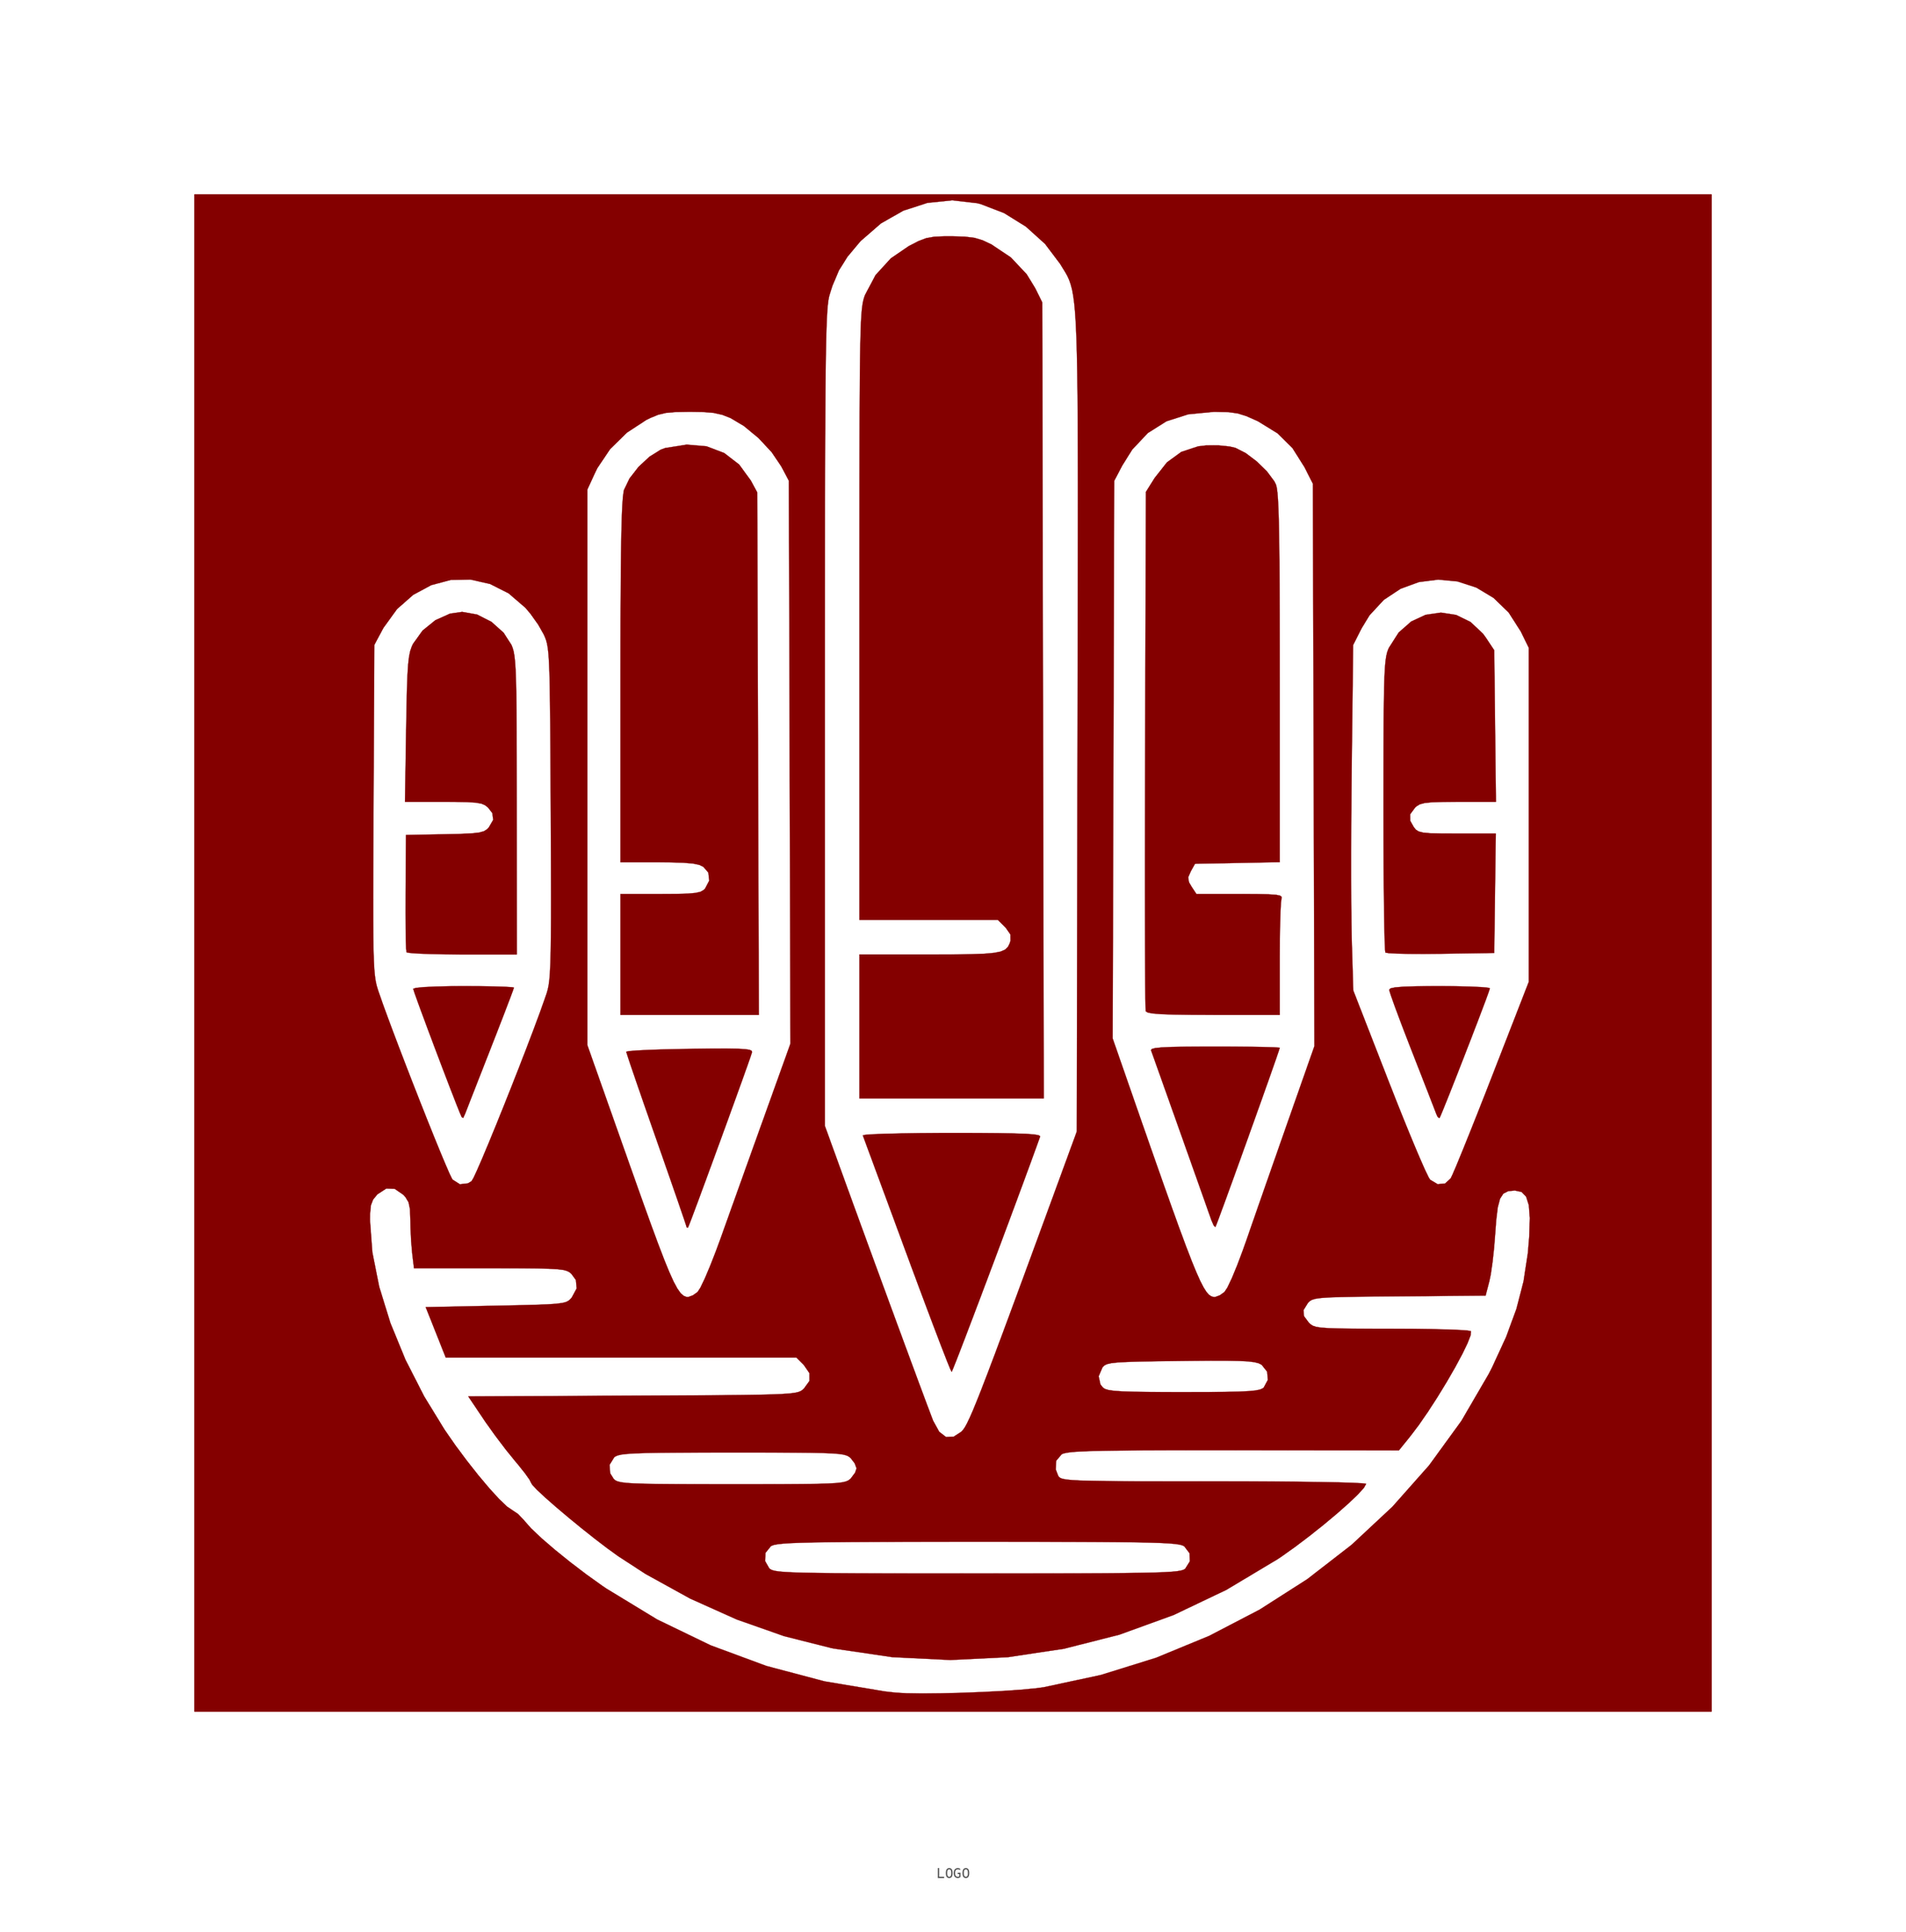
<source format=kicad_sym>
(kicad_symbol_lib
  (version 20220914)
  (generator "bitmap2component")
  (generator_version "9.0")
  (symbol "LOGO"
    (pin_names
      (offset 1.016))
    (property "Reference" "#G"
      (at 0 70.566 0)
      (effects (font (size 1.27 1.27)) hide))
    (symbol "LOGO_0_0"
      (polyline (pts (xy 71.201 0.000100) (xy 71.201 71.201) (xy -0.000100 71.201) (xy -71.201 71.201) (xy -71.201 5.037) (xy -54.42 5.037) (xy -54.415 7.381) (xy -54.404 10.173) (xy -54.389 13.46) (xy -54.313 28.913) (xy -53.593 30.264) (xy -53.444 30.533) (xy -52.182 32.279) (xy -50.666 33.614) (xy -48.965 34.529) (xy -47.15 35.012) (xy -45.289 35.051) (xy -43.453 34.637) (xy -41.71 33.757) (xy -40.132 32.4) (xy -39.667 31.85) (xy -38.944 30.837) (xy -38.414 29.906) (xy -38.303 29.658) (xy -38.196 29.372) (xy -38.106 29.037) (xy -38.031 28.607) (xy -37.969 28.038) (xy -37.92 27.285) (xy -37.88 26.305) (xy -37.849 25.052) (xy -37.824 23.481) (xy -37.804 21.549) (xy -37.786 19.21) (xy -37.77 16.419) (xy -37.754 13.133) (xy -37.743 10.92) (xy -37.732 7.92) (xy -37.727 5.387) (xy -37.729 3.276) (xy -37.74 1.543) (xy -37.76 0.144) (xy -37.79 -0.968) (xy -37.832 -1.835) (xy -37.886 -2.502) (xy -37.953 -3.015) (xy -38.035 -3.418) (xy -38.132 -3.755) (xy -38.315 -4.293) (xy -38.765 -5.556) (xy -39.331 -7.081) (xy -39.926 -8.647) (xy -34.317 -8.647) (xy -34.317 17.429) (xy -34.317 43.504) (xy -33.554 45.155) (xy -33.38 45.51) (xy -32.185 47.287) (xy -30.608 48.839) (xy -28.778 50.034) (xy -28.389 50.225) (xy -27.662 50.522) (xy -26.927 50.693) (xy -26.007 50.773) (xy -24.725 50.794) (xy -23.514 50.777) (xy -22.472 50.692) (xy -21.652 50.512) (xy -20.883 50.211) (xy -19.627 49.464) (xy -18.247 48.324) (xy -17.018 47.003) (xy -16.118 45.671) (xy -15.402 44.315) (xy -15.329 17.906) (xy -15.257 -8.503) (xy -17.661 -15.195) (xy -18.015 -16.179) (xy -18.032 -16.226) (xy -12.025 -16.226) (xy -12.025 22.034) (xy -12.024 24.025) (xy -12.024 29.189) (xy -12.022 33.85) (xy -12.018 38.033) (xy -12.013 41.767) (xy -12.006 45.076) (xy -11.996 47.989) (xy -11.984 50.532) (xy -11.969 52.732) (xy -11.95 54.616) (xy -11.928 56.21) (xy -11.902 57.542) (xy -11.872 58.638) (xy -11.838 59.525) (xy -11.799 60.229) (xy -11.755 60.778) (xy -11.705 61.199) (xy -11.65 61.518) (xy -11.589 61.762) (xy -11.315 62.621) (xy -10.705 64.067) (xy -9.902 65.35) (xy -8.776 66.698) (xy -8.636 66.849) (xy -6.759 68.48) (xy -4.658 69.673) (xy -2.404 70.402) (xy -0.072 70.644) (xy 2.267 70.374) (xy 2.615 70.287) (xy 4.798 69.446) (xy 6.848 68.171) (xy 8.642 66.55) (xy 10.055 64.677) (xy 10.12 64.57) (xy 10.345 64.206) (xy 10.549 63.872) (xy 10.732 63.54) (xy 10.896 63.184) (xy 11.041 62.775) (xy 11.169 62.288) (xy 11.28 61.695) (xy 11.376 60.968) (xy 11.458 60.081) (xy 11.527 59.006) (xy 11.583 57.717) (xy 11.628 56.185) (xy 11.663 54.385) (xy 11.689 52.289) (xy 11.707 49.869) (xy 11.717 47.099) (xy 11.722 43.951) (xy 11.721 40.399) (xy 11.717 36.415) (xy 11.709 31.972) (xy 11.7 27.042) (xy 11.689 21.6) (xy 11.635 -8.017) (xy 14.986 -8.017) (xy 15.059 18.149) (xy 15.132 44.315) (xy 15.891 45.757) (xy 16.825 47.251) (xy 18.286 48.803) (xy 20.033 49.903) (xy 22.083 50.561) (xy 24.454 50.787) (xy 24.685 50.788) (xy 25.848 50.76) (xy 26.726 50.642) (xy 27.539 50.39) (xy 28.507 49.959) (xy 28.659 49.885) (xy 30.459 48.775) (xy 31.865 47.382) (xy 32.991 45.596) (xy 33.776 44.045) (xy 33.849 17.655) (xy 33.879 6.994) (xy 37.371 6.994) (xy 37.371 9.455) (xy 37.38 12.075) (xy 37.398 14.763) (xy 37.424 17.429) (xy 37.559 28.913) (xy 38.357 30.486) (xy 39.1 31.703) (xy 40.439 33.147) (xy 42.008 34.185) (xy 43.733 34.817) (xy 45.543 35.045) (xy 47.363 34.871) (xy 49.121 34.297) (xy 50.742 33.323) (xy 52.155 31.951) (xy 53.286 30.184) (xy 54.042 28.643) (xy 54.042 12.97) (xy 54.042 -2.702) (xy 50.57 -11.619) (xy 49.865 -13.423) (xy 49.084 -15.402) (xy 48.371 -17.187) (xy 47.753 -18.715) (xy 47.254 -19.926) (xy 46.899 -20.756) (xy 46.714 -21.144) (xy 46.193 -21.63) (xy 45.493 -21.699) (xy 44.781 -21.273) (xy 44.639 -21.044) (xy 44.302 -20.345) (xy 43.818 -19.25) (xy 43.213 -17.821) (xy 42.513 -16.12) (xy 41.745 -14.21) (xy 40.935 -12.153) (xy 37.569 -3.513) (xy 37.429 1.216) (xy 37.422 1.467) (xy 37.397 2.909) (xy 37.38 4.782) (xy 37.371 6.994) (xy 33.879 6.994) (xy 33.922 -8.734) (xy 31.467 -15.716) (xy 30.988 -17.08) (xy 30.211 -19.297) (xy 29.428 -21.531) (xy 28.687 -23.651) (xy 28.034 -25.525) (xy 27.514 -27.021) (xy 27.211 -27.875) (xy 26.66 -29.338) (xy 26.162 -30.539) (xy 25.755 -31.394) (xy 25.474 -31.817) (xy 25.04 -32.125) (xy 24.589 -32.29) (xy 24.457 -32.283) (xy 24.243 -32.222) (xy 24.024 -32.073) (xy 23.786 -31.804) (xy 23.518 -31.381) (xy 23.205 -30.773) (xy 22.834 -29.947) (xy 22.393 -28.869) (xy 21.868 -27.509) (xy 21.246 -25.832) (xy 20.515 -23.808) (xy 19.66 -21.402) (xy 18.668 -18.583) (xy 17.527 -15.318) (xy 16.224 -11.574) (xy 14.986 -8.017) (xy 11.635 -8.017) (xy 11.619 -16.753) (xy 9.491 -22.563) (xy 9.279 -23.14) (xy 7.891 -26.926) (xy 6.673 -30.24) (xy 5.612 -33.116) (xy 4.697 -35.584) (xy 3.915 -37.677) (xy 3.253 -39.427) (xy 3.138 -39.725) (xy 13.673 -39.725) (xy 14.029 -38.895) (xy 14.055 -38.86) (xy 14.211 -38.707) (xy 14.453 -38.588) (xy 14.847 -38.497) (xy 15.456 -38.43) (xy 16.346 -38.381) (xy 17.583 -38.345) (xy 19.23 -38.316) (xy 21.352 -38.289) (xy 22.166 -38.28) (xy 24.162 -38.264) (xy 25.706 -38.266) (xy 26.863 -38.287) (xy 27.7 -38.332) (xy 28.281 -38.402) (xy 28.673 -38.502) (xy 28.94 -38.633) (xy 28.975 -38.657) (xy 29.482 -39.292) (xy 29.551 -40.066) (xy 29.164 -40.783) (xy 29.083 -40.85) (xy 28.829 -40.966) (xy 28.409 -41.054) (xy 27.759 -41.119) (xy 26.816 -41.163) (xy 25.52 -41.19) (xy 23.808 -41.204) (xy 21.617 -41.207) (xy 20.49 -41.206) (xy 18.539 -41.198) (xy 17.037 -41.178) (xy 15.92 -41.144) (xy 15.127 -41.09) (xy 14.596 -41.014) (xy 14.264 -40.913) (xy 14.07 -40.783) (xy 13.837 -40.488) (xy 13.673 -39.725) (xy 3.138 -39.725) (xy 2.699 -40.865) (xy 2.24 -42.025) (xy 1.864 -42.938) (xy 1.558 -43.637) (xy 1.31 -44.152) (xy 1.107 -44.517) (xy 0.938 -44.763) (xy 0.789 -44.923) (xy 0.07 -45.393) (xy -0.654 -45.428) (xy -1.292 -44.935) (xy -1.857 -43.91) (xy -2.044 -43.428) (xy -2.398 -42.488) (xy -2.895 -41.158) (xy -3.511 -39.498) (xy -4.225 -37.566) (xy -5.015 -35.424) (xy -5.859 -33.131) (xy -6.734 -30.746) (xy -7.62 -28.33) (xy -8.493 -25.942) (xy -9.332 -23.641) (xy -10.115 -21.488) (xy -12.025 -16.226) (xy -18.032 -16.226) (xy -18.814 -18.406) (xy -19.64 -20.709) (xy -20.44 -22.943) (xy -21.162 -24.96) (xy -21.753 -26.616) (xy -22.244 -27.953) (xy -22.807 -29.393) (xy -23.308 -30.573) (xy -23.71 -31.409) (xy -23.977 -31.817) (xy -24.409 -32.124) (xy -24.86 -32.29) (xy -25.021 -32.276) (xy -25.287 -32.169) (xy -25.562 -31.924) (xy -25.865 -31.499) (xy -26.214 -30.852) (xy -26.628 -29.942) (xy -27.124 -28.727) (xy -27.721 -27.166) (xy -28.438 -25.219) (xy -29.293 -22.842) (xy -30.303 -19.996) (xy -34.317 -8.647) (xy -39.926 -8.647) (xy -39.984 -8.799) (xy -40.696 -10.639) (xy -41.44 -12.533) (xy -42.188 -14.41) (xy -42.911 -16.201) (xy -43.583 -17.835) (xy -44.174 -19.244) (xy -44.657 -20.356) (xy -45.005 -21.103) (xy -45.188 -21.414) (xy -45.519 -21.615) (xy -46.278 -21.706) (xy -46.968 -21.266) (xy -47.011 -21.201) (xy -47.257 -20.697) (xy -47.655 -19.782) (xy -48.179 -18.528) (xy -48.8 -17.003) (xy -49.49 -15.281) (xy -50.221 -13.43) (xy -50.967 -11.523) (xy -51.697 -9.629) (xy -52.386 -7.82) (xy -53.005 -6.166) (xy -53.526 -4.739) (xy -53.921 -3.608) (xy -53.99 -3.398) (xy -54.095 -3.037) (xy -54.183 -2.638) (xy -54.255 -2.156) (xy -54.312 -1.546) (xy -54.355 -0.761) (xy -54.387 0.244) (xy -54.407 1.515) (xy -54.418 3.098) (xy -54.42 5.037) (xy -71.201 5.037) (xy -71.201 0.000100) (xy -71.201 -25.082) (xy -54.718 -25.082) (xy -54.71 -24.472) (xy -54.632 -23.678) (xy -54.43 -23.143) (xy -54.055 -22.686) (xy -54.004 -22.636) (xy -53.198 -22.114) (xy -52.406 -22.13) (xy -51.598 -22.686) (xy -51.391 -22.91) (xy -51.103 -23.392) (xy -50.968 -24.044) (xy -50.933 -25.05) (xy -50.919 -25.79) (xy -50.857 -27.07) (xy -50.76 -28.17) (xy -50.59 -29.588) (xy -43.467 -29.588) (xy -42.516 -29.588) (xy -40.568 -29.593) (xy -39.068 -29.606) (xy -37.95 -29.632) (xy -37.149 -29.677) (xy -36.599 -29.744) (xy -36.235 -29.839) (xy -35.992 -29.965) (xy -35.803 -30.129) (xy -35.398 -30.69) (xy -35.322 -31.476) (xy -35.779 -32.328) (xy -35.861 -32.428) (xy -36.041 -32.605) (xy -36.285 -32.74) (xy -36.66 -32.842) (xy -37.235 -32.917) (xy -38.078 -32.973) (xy -39.256 -33.017) (xy -40.839 -33.058) (xy -42.893 -33.101) (xy -49.492 -33.236) (xy -48.552 -35.6) (xy -47.613 -37.965) (xy -31.158 -37.965) (xy -14.702 -37.965) (xy -14.039 -38.628) (xy -14.009 -38.658) (xy -13.475 -39.434) (xy -13.472 -40.161) (xy -13.999 -40.888) (xy -14.009 -40.897) (xy -14.148 -41.02) (xy -14.313 -41.124) (xy -14.546 -41.212) (xy -14.889 -41.284) (xy -15.387 -41.343) (xy -16.081 -41.39) (xy -17.015 -41.427) (xy -18.232 -41.457) (xy -19.774 -41.48) (xy -21.685 -41.498) (xy -24.008 -41.513) (xy -26.785 -41.528) (xy -30.06 -41.543) (xy -45.498 -41.613) (xy -44.047 -43.774) (xy -43.866 -44.042) (xy -42.959 -45.31) (xy -41.975 -46.608) (xy -41.095 -47.693) (xy -40.835 -48.001) (xy -40.806 -48.037) (xy -32.234 -48.037) (xy -31.796 -47.329) (xy -31.703 -47.258) (xy -31.48 -47.157) (xy -31.127 -47.075) (xy -30.593 -47.012) (xy -29.827 -46.963) (xy -28.778 -46.928) (xy -27.394 -46.905) (xy -25.623 -46.891) (xy -23.415 -46.884) (xy -20.718 -46.882) (xy -19.438 -46.882) (xy -16.994 -46.884) (xy -15.014 -46.891) (xy -13.446 -46.905) (xy -12.238 -46.929) (xy -11.336 -46.966) (xy -10.688 -47.017) (xy -10.243 -47.086) (xy -9.946 -47.175) (xy -9.747 -47.286) (xy -9.593 -47.422) (xy -9.231 -47.889) (xy -9.052 -48.368) (xy -9.192 -48.779) (xy -9.593 -49.314) (xy -9.665 -49.382) (xy -9.834 -49.506) (xy -10.072 -49.606) (xy -10.433 -49.685) (xy -10.968 -49.745) (xy -11.729 -49.789) (xy -12.769 -49.819) (xy -14.14 -49.838) (xy -15.895 -49.849) (xy -18.086 -49.853) (xy -20.765 -49.854) (xy -21.159 -49.854) (xy -23.775 -49.852) (xy -25.91 -49.846) (xy -27.614 -49.833) (xy -28.94 -49.811) (xy -29.939 -49.778) (xy -30.663 -49.731) (xy -31.164 -49.668) (xy -31.493 -49.587) (xy -31.702 -49.485) (xy -31.843 -49.36) (xy -32.176 -48.831) (xy -32.234 -48.037) (xy -40.806 -48.037) (xy -40.2 -48.797) (xy -39.757 -49.415) (xy -39.59 -49.743) (xy -39.484 -49.923) (xy -39.018 -50.414) (xy -38.251 -51.127) (xy -37.254 -52.002) (xy -36.103 -52.974) (xy -34.871 -53.984) (xy -33.631 -54.968) (xy -32.458 -55.864) (xy -31.424 -56.612) (xy -30.717 -57.071) (xy -17.631 -57.071) (xy -17.604 -56.31) (xy -17.099 -55.679) (xy -17.011 -55.629) (xy -16.788 -55.553) (xy -16.438 -55.489) (xy -15.925 -55.434) (xy -15.209 -55.388) (xy -14.254 -55.351) (xy -13.022 -55.322) (xy -11.475 -55.299) (xy -9.576 -55.282) (xy -7.287 -55.271) (xy -4.57 -55.263) (xy -1.388 -55.26) (xy 2.297 -55.258) (xy 4.54 -55.259) (xy 7.923 -55.261) (xy 10.825 -55.267) (xy 13.284 -55.277) (xy 15.338 -55.291) (xy 17.024 -55.312) (xy 18.38 -55.338) (xy 19.444 -55.372) (xy 20.252 -55.414) (xy 20.844 -55.465) (xy 21.256 -55.526) (xy 21.526 -55.597) (xy 21.692 -55.679) (xy 21.716 -55.696) (xy 22.198 -56.333) (xy 22.229 -57.09) (xy 21.798 -57.784) (xy 21.781 -57.798) (xy 21.639 -57.883) (xy 21.408 -57.956) (xy 21.051 -58.018) (xy 20.53 -58.07) (xy 19.807 -58.113) (xy 18.845 -58.148) (xy 17.606 -58.175) (xy 16.053 -58.196) (xy 14.147 -58.211) (xy 11.852 -58.221) (xy 9.129 -58.227) (xy 5.941 -58.23) (xy 2.25 -58.231) (xy -0.736 -58.23) (xy -4.004 -58.229) (xy -6.8 -58.224) (xy -9.162 -58.216) (xy -11.128 -58.204) (xy -12.736 -58.187) (xy -14.023 -58.163) (xy -15.028 -58.131) (xy -15.789 -58.092) (xy -16.343 -58.043) (xy -16.728 -57.984) (xy -16.983 -57.914) (xy -17.145 -57.832) (xy -17.252 -57.737) (xy -17.631 -57.071) (xy -30.717 -57.071) (xy -28.86 -58.279) (xy -24.674 -60.59) (xy -20.294 -62.555) (xy -15.845 -64.119) (xy -11.451 -65.228) (xy -11.179 -65.282) (xy -5.691 -66.088) (xy -0.251 -66.357) (xy 5.123 -66.094) (xy 10.417 -65.3) (xy 15.615 -63.98) (xy 20.701 -62.136) (xy 25.66 -59.771) (xy 30.476 -56.889) (xy 30.852 -56.636) (xy 32.13 -55.727) (xy 33.467 -54.714) (xy 34.794 -53.657) (xy 36.038 -52.617) (xy 37.129 -51.653) (xy 37.996 -50.826) (xy 38.569 -50.196) (xy 38.775 -49.825) (xy 38.76 -49.813) (xy 38.373 -49.765) (xy 37.5 -49.721) (xy 36.184 -49.682) (xy 34.467 -49.649) (xy 32.393 -49.622) (xy 30.006 -49.601) (xy 27.348 -49.588) (xy 24.464 -49.584) (xy 23.763 -49.584) (xy 20.725 -49.583) (xy 18.174 -49.58) (xy 16.067 -49.572) (xy 14.36 -49.559) (xy 13.009 -49.538) (xy 11.972 -49.509) (xy 11.204 -49.469) (xy 10.661 -49.418) (xy 10.3 -49.353) (xy 10.078 -49.273) (xy 9.95 -49.176) (xy 9.872 -49.061) (xy 9.645 -48.466) (xy 9.689 -47.652) (xy 10.2 -47.046) (xy 10.349 -46.979) (xy 10.663 -46.905) (xy 11.155 -46.843) (xy 11.865 -46.792) (xy 12.834 -46.752) (xy 14.101 -46.721) (xy 15.707 -46.698) (xy 17.693 -46.682) (xy 20.098 -46.673) (xy 22.963 -46.67) (xy 26.329 -46.671) (xy 41.849 -46.684) (xy 42.917 -45.364) (xy 43.713 -44.315) (xy 44.578 -43.064) (xy 45.465 -41.694) (xy 46.325 -40.286) (xy 47.114 -38.92) (xy 47.784 -37.677) (xy 48.289 -36.639) (xy 48.581 -35.885) (xy 48.615 -35.496) (xy 48.615 -35.495) (xy 48.31 -35.434) (xy 47.538 -35.378) (xy 46.369 -35.331) (xy 44.876 -35.294) (xy 43.13 -35.271) (xy 41.202 -35.263) (xy 39.419 -35.262) (xy 37.636 -35.257) (xy 36.276 -35.241) (xy 35.275 -35.211) (xy 34.568 -35.162) (xy 34.09 -35.088) (xy 33.776 -34.985) (xy 33.562 -34.848) (xy 33.382 -34.671) (xy 32.944 -34.083) (xy 32.896 -33.516) (xy 33.304 -32.86) (xy 33.335 -32.822) (xy 33.492 -32.667) (xy 33.706 -32.544) (xy 34.037 -32.45) (xy 34.547 -32.379) (xy 35.296 -32.328) (xy 36.343 -32.29) (xy 37.75 -32.263) (xy 39.576 -32.242) (xy 41.883 -32.222) (xy 49.989 -32.155) (xy 50.343 -30.804) (xy 50.474 -30.165) (xy 50.638 -29.028) (xy 50.787 -27.663) (xy 50.9 -26.245) (xy 50.984 -25.088) (xy 51.131 -23.873) (xy 51.343 -23.064) (xy 51.657 -22.583) (xy 52.109 -22.352) (xy 52.737 -22.293) (xy 53.356 -22.424) (xy 53.788 -22.863) (xy 54.042 -23.662) (xy 54.135 -24.877) (xy 54.084 -26.563) (xy 53.955 -28.149) (xy 53.549 -30.814) (xy 52.884 -33.389) (xy 51.916 -36.028) (xy 50.6 -38.885) (xy 50.3 -39.476) (xy 47.712 -43.919) (xy 44.679 -48.093) (xy 41.235 -51.976) (xy 37.414 -55.542) (xy 33.251 -58.767) (xy 28.78 -61.626) (xy 24.037 -64.094) (xy 19.054 -66.148) (xy 13.868 -67.762) (xy 8.512 -68.911) (xy 7.782 -69.011) (xy 6.388 -69.142) (xy 4.676 -69.259) (xy 2.77 -69.357) (xy 0.792 -69.432) (xy -1.137 -69.48) (xy -2.895 -69.496) (xy -4.358 -69.475) (xy -5.404 -69.414) (xy -6.413 -69.301) (xy -12.053 -68.359) (xy -17.502 -66.917) (xy -22.744 -64.978) (xy -27.768 -62.549) (xy -32.561 -59.633) (xy -32.905 -59.398) (xy -34.418 -58.315) (xy -35.932 -57.161) (xy -37.358 -56.01) (xy -38.604 -54.937) (xy -39.581 -54.015) (xy -40.199 -53.319) (xy -40.26 -53.239) (xy -40.837 -52.639) (xy -41.392 -52.27) (xy -41.862 -51.95) (xy -42.597 -51.246) (xy -43.512 -50.244) (xy -44.545 -49.017) (xy -45.631 -47.641) (xy -46.708 -46.193) (xy -47.711 -44.748) (xy -49.635 -41.608) (xy -51.393 -38.162) (xy -52.807 -34.711) (xy -53.851 -31.33) (xy -54.497 -28.095) (xy -54.718 -25.082) (xy -71.201 -25.082) (xy -71.201 -71.201) (xy -0.000100 -71.201) (xy 71.201 -71.201) (xy 71.201 0.000100)) (stroke (width 0.01) (type default)) (fill (type outline)))
      (polyline (pts (xy -0.128 -39.315) (xy -0.01 -39.057) (xy 0.271 -38.355) (xy 0.694 -37.268) (xy 1.235 -35.857) (xy 1.872 -34.183) (xy 2.583 -32.306) (xy 3.344 -30.286) (xy 4.133 -28.184) (xy 4.927 -26.06) (xy 5.703 -23.975) (xy 6.439 -21.988) (xy 7.112 -20.161) (xy 7.7 -18.553) (xy 8.178 -17.226) (xy 8.179 -17.19) (xy 8.025 -17.099) (xy 7.603 -17.027) (xy 6.866 -16.972) (xy 5.769 -16.933) (xy 4.268 -16.907) (xy 2.317 -16.892) (xy -0.129 -16.888) (xy -1.175 -16.89) (xy -3.156 -16.904) (xy -4.916 -16.93) (xy -6.391 -16.966) (xy -7.517 -17.01) (xy -8.23 -17.062) (xy -8.467 -17.118) (xy -8.418 -17.248) (xy -8.201 -17.835) (xy -7.828 -18.842) (xy -7.32 -20.217) (xy -6.696 -21.906) (xy -5.975 -23.857) (xy -5.178 -26.017) (xy -4.324 -28.332) (xy -3.768 -29.834) (xy -2.947 -32.039) (xy -2.193 -34.047) (xy -1.527 -35.806) (xy -0.968 -37.264) (xy -0.535 -38.369) (xy -0.249 -39.07) (xy -0.128 -39.316) (xy -0.128 -39.315)) (stroke (width 0.01) (type default)) (fill (type outline)))
      (polyline (pts (xy 8.448 23.711) (xy 8.377 61.068) (xy 7.712 62.408) (xy 6.915 63.709) (xy 5.432 65.285) (xy 3.59 66.518) (xy 2.789 66.892) (xy 2.019 67.124) (xy 1.111 67.236) (xy -0.135 67.27) (xy -0.752 67.27) (xy -1.75 67.23) (xy -2.512 67.095) (xy -3.241 66.819) (xy -4.144 66.355) (xy -5.832 65.201) (xy -7.267 63.631) (xy -8.262 61.756) (xy -8.276 61.718) (xy -8.357 61.482) (xy -8.43 61.214) (xy -8.493 60.883) (xy -8.548 60.456) (xy -8.596 59.901) (xy -8.637 59.187) (xy -8.671 58.283) (xy -8.7 57.156) (xy -8.723 55.774) (xy -8.741 54.106) (xy -8.755 52.12) (xy -8.766 49.785) (xy -8.773 47.067) (xy -8.778 43.937) (xy -8.78 40.361) (xy -8.782 36.308) (xy -8.782 31.747) (xy -8.782 3.107) (xy -2.285 3.107) (xy 4.213 3.107) (xy 4.893 2.428) (xy 4.949 2.37) (xy 5.387 1.741) (xy 5.394 1.144) (xy 5.318 0.908) (xy 5.156 0.576) (xy 4.898 0.324) (xy 4.481 0.139) (xy 3.842 0.012) (xy 2.916 -0.069) (xy 1.641 -0.113) (xy -0.048 -0.131) (xy -2.213 -0.135) (xy -8.782 -0.135) (xy -8.782 -6.89) (xy -8.782 -13.646) (xy -0.132 -13.646) (xy 8.519 -13.646) (xy 8.448 23.711)) (stroke (width 0.01) (type default)) (fill (type outline)))
      (polyline (pts (xy -24.844 -25.709) (xy -24.654 -25.226) (xy -24.32 -24.344) (xy -23.87 -23.136) (xy -23.33 -21.675) (xy -22.727 -20.035) (xy -22.088 -18.291) (xy -21.439 -16.515) (xy -20.809 -14.78) (xy -20.223 -13.162) (xy -19.709 -11.734) (xy -19.293 -10.569) (xy -19.003 -9.74) (xy -18.865 -9.322) (xy -18.864 -9.319) (xy -18.887 -9.187) (xy -19.077 -9.09) (xy -19.496 -9.023) (xy -20.207 -8.984) (xy -21.272 -8.968) (xy -22.752 -8.973) (xy -24.71 -8.995) (xy -25.519 -9.007) (xy -27.168 -9.044) (xy -28.584 -9.091) (xy -29.691 -9.147) (xy -30.412 -9.206) (xy -30.669 -9.265) (xy -30.645 -9.359) (xy -30.472 -9.894) (xy -30.153 -10.844) (xy -29.707 -12.145) (xy -29.158 -13.736) (xy -28.525 -15.553) (xy -27.831 -17.535) (xy -27.459 -18.597) (xy -26.795 -20.496) (xy -26.204 -22.194) (xy -25.707 -23.631) (xy -25.326 -24.745) (xy -25.081 -25.473) (xy -24.995 -25.753) (xy -24.876 -25.777) (xy -24.844 -25.709)) (stroke (width 0.01) (type default)) (fill (type outline)))
      (polyline (pts (xy -18.299 18.712) (xy -18.375 43.234) (xy -18.958 44.315) (xy -18.97 44.338) (xy -20.072 45.85) (xy -21.474 46.929) (xy -23.13 47.557) (xy -24.994 47.718) (xy -27.021 47.394) (xy -27.445 47.237) (xy -28.494 46.578) (xy -29.516 45.629) (xy -30.36 44.543) (xy -30.877 43.471) (xy -30.911 43.329) (xy -30.98 42.812) (xy -31.038 41.999) (xy -31.087 40.858) (xy -31.127 39.36) (xy -31.158 37.473) (xy -31.181 35.168) (xy -31.198 32.414) (xy -31.207 29.18) (xy -31.21 25.436) (xy -31.21 8.512) (xy -27.622 8.512) (xy -26.619 8.507) (xy -25.32 8.473) (xy -24.416 8.398) (xy -23.818 8.274) (xy -23.434 8.091) (xy -22.964 7.547) (xy -22.878 6.794) (xy -23.28 6.034) (xy -23.401 5.917) (xy -23.693 5.752) (xy -24.153 5.642) (xy -24.873 5.578) (xy -25.947 5.547) (xy -27.469 5.539) (xy -31.21 5.539) (xy -31.21 -0.135) (xy -31.21 -5.809) (xy -24.716 -5.809) (xy -18.223 -5.809) (xy -18.299 18.712)) (stroke (width 0.01) (type default)) (fill (type outline)))
      (polyline (pts (xy 24.719 -25.504) (xy 24.969 -24.842) (xy 25.35 -23.81) (xy 25.836 -22.48) (xy 26.4 -20.925) (xy 27.016 -19.22) (xy 27.658 -17.436) (xy 28.299 -15.646) (xy 28.914 -13.925) (xy 29.476 -12.345) (xy 29.959 -10.978) (xy 30.336 -9.899) (xy 30.581 -9.181) (xy 30.669 -8.896) (xy 30.597 -8.878) (xy 30.086 -8.847) (xy 29.151 -8.821) (xy 27.868 -8.8) (xy 26.312 -8.787) (xy 24.56 -8.782) (xy 23.728 -8.783) (xy 21.889 -8.793) (xy 20.515 -8.818) (xy 19.551 -8.861) (xy 18.945 -8.926) (xy 18.641 -9.014) (xy 18.585 -9.13) (xy 18.626 -9.243) (xy 18.827 -9.803) (xy 19.167 -10.754) (xy 19.618 -12.022) (xy 20.154 -13.529) (xy 20.748 -15.199) (xy 21.373 -16.957) (xy 22.001 -18.726) (xy 22.606 -20.43) (xy 23.161 -21.994) (xy 23.638 -23.34) (xy 24.01 -24.393) (xy 24.251 -25.076) (xy 24.256 -25.089) (xy 24.473 -25.582) (xy 24.628 -25.722) (xy 24.719 -25.504)) (stroke (width 0.01) (type default)) (fill (type outline)))
      (polyline (pts (xy 30.669 -0.562) (xy 30.669 -0.437) (xy 30.678 1.206) (xy 30.702 2.674) (xy 30.738 3.875) (xy 30.782 4.718) (xy 30.833 5.112) (xy 30.848 5.265) (xy 30.699 5.386) (xy 30.306 5.465) (xy 29.595 5.512) (xy 28.491 5.534) (xy 26.921 5.539) (xy 22.845 5.539) (xy 22.382 6.246) (xy 22.148 6.642) (xy 22.072 7.101) (xy 22.319 7.665) (xy 22.718 8.377) (xy 26.693 8.451) (xy 30.669 8.526) (xy 30.669 25.821) (xy 30.668 28.55) (xy 30.663 31.8) (xy 30.653 34.574) (xy 30.637 36.907) (xy 30.614 38.837) (xy 30.585 40.4) (xy 30.547 41.632) (xy 30.501 42.57) (xy 30.446 43.251) (xy 30.38 43.71) (xy 30.304 43.986) (xy 30.152 44.287) (xy 29.461 45.21) (xy 28.508 46.142) (xy 27.464 46.929) (xy 26.499 47.416) (xy 25.957 47.541) (xy 24.894 47.648) (xy 23.762 47.643) (xy 23.014 47.556) (xy 21.43 47.035) (xy 20.078 46.05) (xy 18.915 44.572) (xy 18.104 43.277) (xy 18.031 19.078) (xy 18.022 15.582) (xy 18.016 12.155) (xy 18.012 8.919) (xy 18.012 5.911) (xy 18.015 3.171) (xy 18.021 0.738) (xy 18.03 -1.35) (xy 18.041 -3.053) (xy 18.055 -4.332) (xy 18.071 -5.149) (xy 18.09 -5.465) (xy 18.096 -5.476) (xy 18.287 -5.59) (xy 18.754 -5.677) (xy 19.551 -5.739) (xy 20.73 -5.78) (xy 22.344 -5.803) (xy 24.446 -5.809) (xy 30.669 -5.809) (xy 30.669 -0.562)) (stroke (width 0.01) (type default)) (fill (type outline)))
      (polyline (pts (xy -45.8 -15.113) (xy -45.756 -15.001) (xy -45.525 -14.408) (xy -45.142 -13.427) (xy -44.638 -12.139) (xy -44.045 -10.626) (xy -43.396 -8.969) (xy -43.096 -8.202) (xy -42.491 -6.648) (xy -41.972 -5.301) (xy -41.566 -4.236) (xy -41.302 -3.526) (xy -41.208 -3.245) (xy -41.398 -3.207) (xy -42.05 -3.167) (xy -43.081 -3.135) (xy -44.406 -3.115) (xy -45.936 -3.107) (xy -47.126 -3.115) (xy -48.564 -3.146) (xy -49.682 -3.2) (xy -50.407 -3.272) (xy -50.665 -3.358) (xy -50.662 -3.376) (xy -50.539 -3.755) (xy -50.261 -4.536) (xy -49.858 -5.635) (xy -49.365 -6.965) (xy -48.812 -8.441) (xy -48.232 -9.977) (xy -47.658 -11.486) (xy -47.121 -12.883) (xy -46.654 -14.082) (xy -46.29 -14.997) (xy -46.116 -15.396) (xy -45.971 -15.481) (xy -45.8 -15.113)) (stroke (width 0.01) (type default)) (fill (type outline)))
      (polyline (pts (xy -40.943 13.848) (xy -40.944 15.462) (xy -40.948 18.337) (xy -40.955 20.742) (xy -40.968 22.723) (xy -40.987 24.326) (xy -41.015 25.6) (xy -41.053 26.59) (xy -41.102 27.343) (xy -41.164 27.907) (xy -41.241 28.327) (xy -41.334 28.65) (xy -41.445 28.924) (xy -42.179 30.062) (xy -43.319 31.083) (xy -44.666 31.767) (xy -46.071 32.017) (xy -47.208 31.852) (xy -48.582 31.239) (xy -49.788 30.262) (xy -50.681 29.016) (xy -50.808 28.745) (xy -50.947 28.34) (xy -51.054 27.825) (xy -51.137 27.127) (xy -51.199 26.174) (xy -51.247 24.897) (xy -51.287 23.222) (xy -51.325 21.078) (xy -51.435 14.186) (xy -47.807 14.186) (xy -46.815 14.184) (xy -45.617 14.164) (xy -44.799 14.113) (xy -44.262 14.018) (xy -43.908 13.866) (xy -43.639 13.646) (xy -43.236 13.131) (xy -43.154 12.499) (xy -43.572 11.786) (xy -43.743 11.607) (xy -44.03 11.429) (xy -44.473 11.309) (xy -45.166 11.232) (xy -46.207 11.183) (xy -47.693 11.149) (xy -51.34 11.079) (xy -51.376 5.675) (xy -51.377 5.375) (xy -51.38 3.743) (xy -51.372 2.311) (xy -51.354 1.164) (xy -51.327 0.388) (xy -51.292 0.068) (xy -51.29 0.065) (xy -50.974 0.002) (xy -50.206 -0.053) (xy -49.074 -0.096) (xy -47.661 -0.125) (xy -46.055 -0.135) (xy -40.937 -0.135) (xy -40.943 13.848)) (stroke (width 0.01) (type default)) (fill (type outline)))
      (polyline (pts (xy 45.738 -15.335) (xy 45.991 -14.732) (xy 46.378 -13.775) (xy 46.866 -12.548) (xy 47.42 -11.138) (xy 48.009 -9.629) (xy 48.599 -8.108) (xy 49.156 -6.66) (xy 49.647 -5.37) (xy 50.039 -4.325) (xy 50.299 -3.61) (xy 50.393 -3.31) (xy 50.203 -3.253) (xy 49.551 -3.195) (xy 48.52 -3.149) (xy 47.197 -3.118) (xy 45.666 -3.107) (xy 45.175 -3.108) (xy 43.5 -3.122) (xy 42.294 -3.159) (xy 41.503 -3.223) (xy 41.069 -3.317) (xy 40.938 -3.445) (xy 40.95 -3.512) (xy 41.108 -4.013) (xy 41.427 -4.909) (xy 41.877 -6.123) (xy 42.429 -7.575) (xy 43.055 -9.187) (xy 43.268 -9.733) (xy 43.889 -11.32) (xy 44.44 -12.733) (xy 44.89 -13.889) (xy 45.206 -14.707) (xy 45.357 -15.103) (xy 45.489 -15.384) (xy 45.655 -15.503) (xy 45.738 -15.335)) (stroke (width 0.01) (type default)) (fill (type outline)))
      (polyline (pts (xy 45.784 -0.073) (xy 50.8 0.000100) (xy 50.873 5.607) (xy 50.946 11.214) (xy 47.308 11.214) (xy 47.301 11.214) (xy 45.832 11.219) (xy 44.807 11.243) (xy 44.132 11.301) (xy 43.711 11.406) (xy 43.449 11.572) (xy 43.249 11.815) (xy 42.915 12.414) (xy 42.91 13.021) (xy 43.369 13.646) (xy 43.508 13.773) (xy 43.814 13.957) (xy 44.26 14.077) (xy 44.945 14.147) (xy 45.97 14.179) (xy 47.435 14.186) (xy 50.96 14.186) (xy 50.88 21.3) (xy 50.8 28.413) (xy 50.046 29.552) (xy 49.743 29.971) (xy 48.573 31.072) (xy 47.228 31.728) (xy 45.793 31.949) (xy 44.357 31.742) (xy 43.006 31.116) (xy 41.828 30.08) (xy 40.91 28.643) (xy 40.861 28.532) (xy 40.755 28.246) (xy 40.668 27.893) (xy 40.596 27.425) (xy 40.539 26.797) (xy 40.494 25.959) (xy 40.461 24.865) (xy 40.437 23.467) (xy 40.42 21.719) (xy 40.41 19.572) (xy 40.405 16.979) (xy 40.403 13.893) (xy 40.403 13.211) (xy 40.407 10.579) (xy 40.417 8.126) (xy 40.434 5.902) (xy 40.456 3.959) (xy 40.483 2.35) (xy 40.513 1.125) (xy 40.547 0.338) (xy 40.583 0.039) (xy 40.892 -0.015) (xy 41.655 -0.056) (xy 42.784 -0.08) (xy 44.19 -0.087) (xy 45.784 -0.073)) (stroke (width 0.01) (type default)) (fill (type outline))))))
</source>
